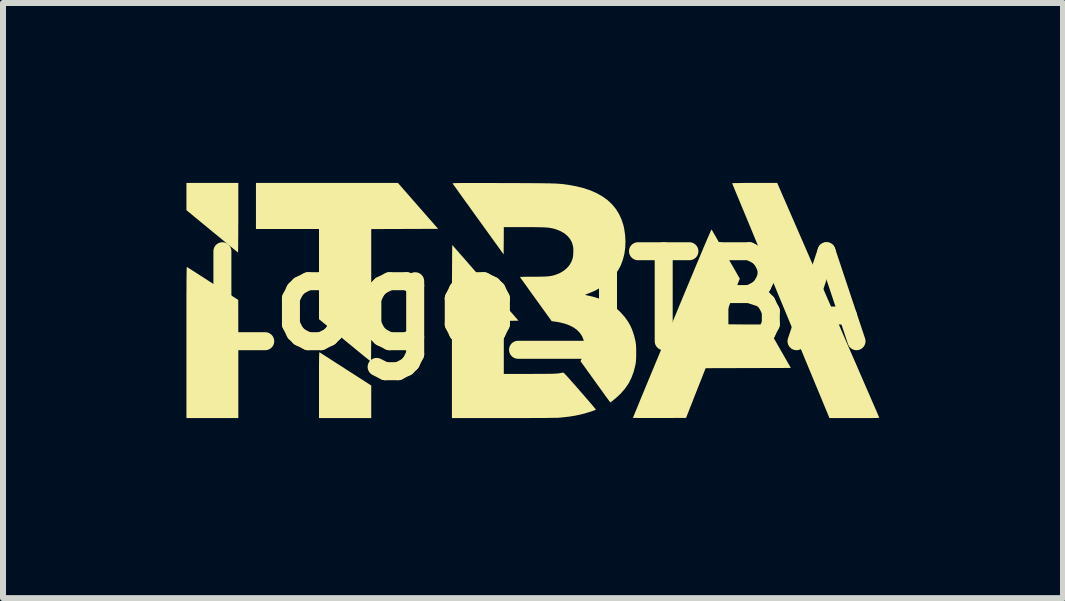
<source format=kicad_pcb>
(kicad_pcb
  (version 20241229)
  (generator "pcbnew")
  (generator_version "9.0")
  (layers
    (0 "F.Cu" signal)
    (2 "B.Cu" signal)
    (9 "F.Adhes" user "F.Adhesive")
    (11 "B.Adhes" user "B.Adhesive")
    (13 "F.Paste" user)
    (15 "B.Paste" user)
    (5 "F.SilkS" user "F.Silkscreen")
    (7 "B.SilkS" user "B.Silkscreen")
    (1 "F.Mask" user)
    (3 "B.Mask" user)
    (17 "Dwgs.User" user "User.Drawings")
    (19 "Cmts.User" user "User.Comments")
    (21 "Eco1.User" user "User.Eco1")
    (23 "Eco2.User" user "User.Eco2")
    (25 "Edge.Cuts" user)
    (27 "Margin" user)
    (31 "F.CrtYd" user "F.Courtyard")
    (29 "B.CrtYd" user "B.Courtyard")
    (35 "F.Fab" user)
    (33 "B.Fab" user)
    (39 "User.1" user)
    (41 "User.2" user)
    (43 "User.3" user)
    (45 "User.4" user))
  (footprint "Logo_ITBA"
    (layer "F.Cu")
    (at 5.836 1.96)
    (property "Reference" "Logo_ITBA" (at 0 0 0) (layer "F.SilkS") (effects (font (size 1.5 1.5) (thickness 0.3))))
    (attr board_only exclude_from_pos_files exclude_from_bom)
    (fp_poly (pts (xy -4.913 -1.381) (xy -4.913 -1.296) (xy -4.914 -1.214) (xy -4.914 -1.138) (xy -4.914 -1.067) (xy -4.915 -1.002) (xy -4.915 -0.945) (xy -4.916 -0.896) (xy -4.916 -0.857) (xy -4.917 -0.827) (xy -4.918 -0.808) (xy -4.918 -0.801) (xy -4.918 -0.801) (xy -4.924 -0.805) (xy -4.939 -0.817) (xy -4.962 -0.836) (xy -4.993 -0.861) (xy -5.03 -0.891) (xy -5.075 -0.927) (xy -5.124 -0.968) (xy -5.179 -1.013) (xy -5.237 -1.061) (xy -5.299 -1.112) (xy -5.351 -1.154) (xy -5.778 -1.506) (xy -5.778 -1.733) (xy -5.778 -1.96) (xy -5.346 -1.96) (xy -4.913 -1.96)) (stroke (width 0) (type solid)) (fill yes) (layer "F.SilkS"))
    (fp_poly (pts (xy -3.554 0.866) (xy -3.537 0.877) (xy -3.512 0.893) (xy -3.478 0.915) (xy -3.436 0.942) (xy -3.388 0.972) (xy -3.335 1.007) (xy -3.276 1.045) (xy -3.213 1.085) (xy -3.147 1.127) (xy -3.125 1.142) (xy -2.697 1.417) (xy -2.697 1.689) (xy -2.697 1.96) (xy -3.133 1.96) (xy -3.568 1.96) (xy -3.568 1.409) (xy -3.568 1.309) (xy -3.568 1.221) (xy -3.568 1.145) (xy -3.568 1.079) (xy -3.567 1.024) (xy -3.567 0.978) (xy -3.566 0.94) (xy -3.565 0.911) (xy -3.564 0.889) (xy -3.563 0.875) (xy -3.562 0.866) (xy -3.561 0.862) (xy -3.56 0.862)) (stroke (width 0) (type solid)) (fill yes) (layer "F.SilkS"))
    (fp_poly (pts (xy -5.763 -0.555) (xy -5.746 -0.544) (xy -5.72 -0.528) (xy -5.686 -0.506) (xy -5.645 -0.48) (xy -5.597 -0.449) (xy -5.543 -0.414) (xy -5.484 -0.377) (xy -5.422 -0.336) (xy -5.356 -0.294) (xy -5.337 -0.282) (xy -4.914 -0.01) (xy -4.913 0.975) (xy -4.913 1.96) (xy -5.346 1.96) (xy -5.778 1.96) (xy -5.778 0.698) (xy -5.778 0.546) (xy -5.778 0.407) (xy -5.778 0.28) (xy -5.778 0.164) (xy -5.778 0.059) (xy -5.778 -0.036) (xy -5.778 -0.121) (xy -5.777 -0.197) (xy -5.777 -0.264) (xy -5.777 -0.323) (xy -5.776 -0.373) (xy -5.776 -0.417) (xy -5.775 -0.453) (xy -5.775 -0.484) (xy -5.774 -0.508) (xy -5.774 -0.527) (xy -5.773 -0.541) (xy -5.772 -0.551) (xy -5.771 -0.557) (xy -5.77 -0.559) (xy -5.769 -0.559)) (stroke (width 0) (type solid)) (fill yes) (layer "F.SilkS"))
    (fp_poly (pts (xy -1.917 -1.577) (xy -1.582 -1.195) (xy -2.139 -1.193) (xy -2.697 -1.191) (xy -2.697 -0.086) (xy -2.697 0.031) (xy -2.697 0.146) (xy -2.697 0.256) (xy -2.697 0.362) (xy -2.698 0.462) (xy -2.698 0.556) (xy -2.698 0.643) (xy -2.698 0.722) (xy -2.699 0.794) (xy -2.699 0.857) (xy -2.7 0.911) (xy -2.7 0.954) (xy -2.701 0.987) (xy -2.701 1.008) (xy -2.702 1.018) (xy -2.702 1.018) (xy -2.707 1.014) (xy -2.722 1.003) (xy -2.745 0.984) (xy -2.776 0.959) (xy -2.814 0.929) (xy -2.858 0.893) (xy -2.908 0.852) (xy -2.963 0.807) (xy -3.021 0.759) (xy -3.084 0.708) (xy -3.137 0.664) (xy -3.568 0.311) (xy -3.568 -0.44) (xy -3.568 -1.192) (xy -4.093 -1.192) (xy -4.619 -1.192) (xy -4.619 -1.576) (xy -4.619 -1.96) (xy -3.435 -1.96) (xy -2.252 -1.96)) (stroke (width 0) (type solid)) (fill yes) (layer "F.SilkS"))
    (fp_poly (pts (xy 4.919 -0.011) (xy 4.985 0.139) (xy 5.049 0.287) (xy 5.112 0.431) (xy 5.173 0.572) (xy 5.232 0.708) (xy 5.289 0.84) (xy 5.344 0.966) (xy 5.397 1.087) (xy 5.446 1.201) (xy 5.493 1.309) (xy 5.537 1.411) (xy 5.578 1.505) (xy 5.616 1.591) (xy 5.649 1.669) (xy 5.679 1.738) (xy 5.706 1.799) (xy 5.728 1.849) (xy 5.745 1.89) (xy 5.758 1.921) (xy 5.767 1.94) (xy 5.77 1.949) (xy 5.77 1.949) (xy 5.77 1.951) (xy 5.769 1.953) (xy 5.764 1.955) (xy 5.756 1.956) (xy 5.744 1.957) (xy 5.726 1.958) (xy 5.701 1.959) (xy 5.67 1.959) (xy 5.63 1.96) (xy 5.582 1.96) (xy 5.523 1.96) (xy 5.453 1.96) (xy 5.372 1.96) (xy 5.358 1.96) (xy 4.942 1.96) (xy 4.132 0.006) (xy 4.069 -0.146) (xy 4.008 -0.294) (xy 3.948 -0.439) (xy 3.889 -0.58) (xy 3.832 -0.716) (xy 3.778 -0.848) (xy 3.725 -0.975) (xy 3.675 -1.096) (xy 3.628 -1.211) (xy 3.583 -1.319) (xy 3.541 -1.42) (xy 3.502 -1.514) (xy 3.466 -1.6) (xy 3.434 -1.678) (xy 3.405 -1.747) (xy 3.38 -1.807) (xy 3.359 -1.858) (xy 3.343 -1.898) (xy 3.33 -1.928) (xy 3.323 -1.947) (xy 3.319 -1.954) (xy 3.319 -1.954) (xy 3.325 -1.956) (xy 3.343 -1.957) (xy 3.372 -1.958) (xy 3.412 -1.958) (xy 3.462 -1.959) (xy 3.521 -1.96) (xy 3.588 -1.96) (xy 3.663 -1.96) (xy 3.694 -1.96) (xy 4.071 -1.96)) (stroke (width 0) (type solid)) (fill yes) (layer "F.SilkS"))
    (fp_poly (pts (xy 2.981 -1.177) (xy 2.991 -1.16) (xy 3.006 -1.133) (xy 3.026 -1.099) (xy 3.051 -1.056) (xy 3.079 -1.007) (xy 3.11 -0.953) (xy 3.145 -0.893) (xy 3.181 -0.83) (xy 3.215 -0.77) (xy 3.447 -0.365) (xy 3.299 0.012) (xy 3.274 0.078) (xy 3.249 0.141) (xy 3.227 0.198) (xy 3.206 0.251) (xy 3.189 0.296) (xy 3.174 0.334) (xy 3.163 0.364) (xy 3.155 0.384) (xy 3.152 0.393) (xy 3.152 0.393) (xy 3.158 0.394) (xy 3.176 0.395) (xy 3.204 0.395) (xy 3.242 0.396) (xy 3.288 0.397) (xy 3.342 0.397) (xy 3.401 0.398) (xy 3.465 0.398) (xy 3.518 0.399) (xy 3.884 0.4) (xy 4.091 0.762) (xy 4.298 1.124) (xy 3.588 1.126) (xy 2.878 1.128) (xy 2.829 1.251) (xy 2.817 1.283) (xy 2.8 1.325) (xy 2.78 1.375) (xy 2.758 1.431) (xy 2.734 1.492) (xy 2.709 1.555) (xy 2.684 1.619) (xy 2.666 1.666) (xy 2.551 1.957) (xy 2.108 1.959) (xy 2.034 1.959) (xy 1.964 1.959) (xy 1.899 1.959) (xy 1.84 1.959) (xy 1.787 1.958) (xy 1.743 1.958) (xy 1.708 1.957) (xy 1.682 1.957) (xy 1.668 1.956) (xy 1.665 1.955) (xy 1.668 1.949) (xy 1.675 1.932) (xy 1.687 1.903) (xy 1.703 1.864) (xy 1.723 1.816) (xy 1.747 1.758) (xy 1.774 1.691) (xy 1.805 1.615) (xy 1.84 1.532) (xy 1.877 1.441) (xy 1.918 1.343) (xy 1.961 1.239) (xy 2.007 1.129) (xy 2.055 1.013) (xy 2.105 0.893) (xy 2.156 0.767) (xy 2.21 0.638) (xy 2.265 0.505) (xy 2.317 0.38) (xy 2.389 0.208) (xy 2.455 0.048) (xy 2.517 -0.101) (xy 2.574 -0.238) (xy 2.627 -0.365) (xy 2.676 -0.482) (xy 2.72 -0.589) (xy 2.761 -0.685) (xy 2.797 -0.772) (xy 2.83 -0.85) (xy 2.859 -0.919) (xy 2.885 -0.979) (xy 2.907 -1.031) (xy 2.926 -1.075) (xy 2.942 -1.111) (xy 2.954 -1.139) (xy 2.964 -1.16) (xy 2.971 -1.174) (xy 2.975 -1.182) (xy 2.976 -1.183)) (stroke (width 0) (type solid)) (fill yes) (layer "F.SilkS"))
    (fp_poly (pts (xy -1.341 -0.92) (xy -1.328 -0.905) (xy -1.308 -0.882) (xy -1.281 -0.851) (xy -1.247 -0.813) (xy -1.208 -0.768) (xy -1.163 -0.717) (xy -1.113 -0.66) (xy -1.059 -0.598) (xy -1.001 -0.531) (xy -0.939 -0.461) (xy -0.875 -0.387) (xy -0.808 -0.31) (xy -0.791 -0.291) (xy -0.242 0.336) (xy -0.365 0.338) (xy -0.487 0.34) (xy -0.487 0.782) (xy -0.487 1.224) (xy -0.059 1.224) (xy 0.031 1.223) (xy 0.109 1.223) (xy 0.177 1.223) (xy 0.235 1.222) (xy 0.284 1.222) (xy 0.326 1.221) (xy 0.361 1.219) (xy 0.39 1.218) (xy 0.416 1.215) (xy 0.437 1.213) (xy 0.456 1.21) (xy 0.474 1.206) (xy 0.492 1.202) (xy 0.494 1.201) (xy 0.498 1.201) (xy 0.503 1.202) (xy 0.508 1.205) (xy 0.516 1.211) (xy 0.527 1.22) (xy 0.54 1.234) (xy 0.558 1.253) (xy 0.58 1.277) (xy 0.607 1.307) (xy 0.64 1.345) (xy 0.68 1.39) (xy 0.727 1.443) (xy 0.781 1.505) (xy 0.828 1.559) (xy 0.872 1.61) (xy 0.913 1.657) (xy 0.95 1.7) (xy 0.982 1.737) (xy 1.008 1.769) (xy 1.028 1.793) (xy 1.042 1.81) (xy 1.047 1.819) (xy 1.047 1.819) (xy 1.04 1.824) (xy 1.022 1.831) (xy 0.995 1.841) (xy 0.963 1.852) (xy 0.926 1.863) (xy 0.888 1.875) (xy 0.849 1.886) (xy 0.813 1.895) (xy 0.782 1.903) (xy 0.694 1.921) (xy 0.6 1.936) (xy 0.502 1.947) (xy 0.429 1.954) (xy 0.409 1.955) (xy 0.377 1.955) (xy 0.333 1.956) (xy 0.278 1.957) (xy 0.212 1.958) (xy 0.137 1.958) (xy 0.053 1.959) (xy -0.041 1.959) (xy -0.142 1.96) (xy -0.25 1.96) (xy -0.366 1.96) (xy -0.488 1.96) (xy -0.508 1.96) (xy -1.352 1.96) (xy -1.352 0.514) (xy -1.352 0.365) (xy -1.352 0.222) (xy -1.351 0.085) (xy -1.351 -0.045) (xy -1.351 -0.169) (xy -1.351 -0.284) (xy -1.351 -0.391) (xy -1.35 -0.49) (xy -1.35 -0.58) (xy -1.349 -0.661) (xy -1.349 -0.732) (xy -1.349 -0.792) (xy -1.348 -0.842) (xy -1.348 -0.88) (xy -1.347 -0.907) (xy -1.346 -0.922) (xy -1.346 -0.925)) (stroke (width 0) (type solid)) (fill yes) (layer "F.SilkS"))
    (fp_poly (pts (xy -0.934 -1.959) (xy -0.848 -1.959) (xy -0.751 -1.959) (xy -0.643 -1.959) (xy -0.523 -1.958) (xy -0.495 -1.958) (xy -0.37 -1.958) (xy -0.257 -1.958) (xy -0.156 -1.957) (xy -0.064 -1.957) (xy 0.017 -1.956) (xy 0.09 -1.956) (xy 0.154 -1.955) (xy 0.211 -1.954) (xy 0.261 -1.954) (xy 0.305 -1.952) (xy 0.344 -1.951) (xy 0.378 -1.95) (xy 0.409 -1.948) (xy 0.437 -1.946) (xy 0.463 -1.944) (xy 0.487 -1.942) (xy 0.511 -1.939) (xy 0.535 -1.936) (xy 0.56 -1.932) (xy 0.586 -1.929) (xy 0.722 -1.904) (xy 0.847 -1.873) (xy 0.962 -1.834) (xy 1.067 -1.787) (xy 1.161 -1.733) (xy 1.245 -1.672) (xy 1.318 -1.603) (xy 1.381 -1.527) (xy 1.433 -1.443) (xy 1.475 -1.352) (xy 1.507 -1.254) (xy 1.518 -1.206) (xy 1.535 -1.096) (xy 1.541 -0.987) (xy 1.537 -0.881) (xy 1.523 -0.778) (xy 1.498 -0.681) (xy 1.464 -0.589) (xy 1.426 -0.516) (xy 1.37 -0.433) (xy 1.303 -0.357) (xy 1.226 -0.287) (xy 1.141 -0.225) (xy 1.047 -0.171) (xy 0.947 -0.127) (xy 0.932 -0.121) (xy 0.907 -0.112) (xy 0.886 -0.103) (xy 0.872 -0.097) (xy 0.869 -0.096) (xy 0.873 -0.093) (xy 0.887 -0.089) (xy 0.908 -0.084) (xy 0.927 -0.08) (xy 0.974 -0.07) (xy 1.027 -0.056) (xy 1.082 -0.039) (xy 1.135 -0.02) (xy 1.182 -0.001) (xy 1.208 0.011) (xy 1.297 0.063) (xy 1.381 0.124) (xy 1.458 0.195) (xy 1.527 0.272) (xy 1.586 0.355) (xy 1.624 0.423) (xy 1.646 0.472) (xy 1.668 0.53) (xy 1.687 0.592) (xy 1.702 0.653) (xy 1.705 0.668) (xy 1.711 0.695) (xy 1.714 0.721) (xy 1.717 0.747) (xy 1.719 0.777) (xy 1.72 0.813) (xy 1.72 0.859) (xy 1.72 0.874) (xy 1.72 0.924) (xy 1.719 0.963) (xy 1.717 0.995) (xy 1.715 1.023) (xy 1.711 1.049) (xy 1.706 1.076) (xy 1.705 1.081) (xy 1.678 1.188) (xy 1.641 1.287) (xy 1.595 1.379) (xy 1.537 1.464) (xy 1.468 1.545) (xy 1.468 1.545) (xy 1.447 1.566) (xy 1.423 1.589) (xy 1.396 1.613) (xy 1.368 1.637) (xy 1.342 1.658) (xy 1.319 1.677) (xy 1.301 1.69) (xy 1.289 1.697) (xy 1.287 1.697) (xy 1.283 1.692) (xy 1.272 1.677) (xy 1.255 1.654) (xy 1.232 1.623) (xy 1.204 1.585) (xy 1.172 1.54) (xy 1.137 1.491) (xy 1.098 1.437) (xy 1.056 1.379) (xy 1.038 1.354) (xy 0.791 1.01) (xy 0.814 0.964) (xy 0.832 0.924) (xy 0.844 0.884) (xy 0.852 0.842) (xy 0.856 0.791) (xy 0.856 0.791) (xy 0.855 0.72) (xy 0.842 0.655) (xy 0.818 0.595) (xy 0.782 0.541) (xy 0.736 0.493) (xy 0.679 0.451) (xy 0.612 0.416) (xy 0.535 0.387) (xy 0.447 0.365) (xy 0.385 0.354) (xy 0.311 0.344) (xy 0.048 -0.021) (xy 0.004 -0.082) (xy -0.037 -0.139) (xy -0.076 -0.193) (xy -0.111 -0.243) (xy -0.142 -0.286) (xy -0.169 -0.323) (xy -0.19 -0.353) (xy -0.206 -0.375) (xy -0.215 -0.388) (xy -0.217 -0.392) (xy -0.211 -0.393) (xy -0.194 -0.394) (xy -0.167 -0.395) (xy -0.131 -0.396) (xy -0.087 -0.397) (xy -0.038 -0.397) (xy 0.005 -0.397) (xy 0.074 -0.397) (xy 0.132 -0.398) (xy 0.18 -0.399) (xy 0.22 -0.401) (xy 0.255 -0.404) (xy 0.284 -0.407) (xy 0.312 -0.412) (xy 0.338 -0.418) (xy 0.364 -0.426) (xy 0.378 -0.43) (xy 0.448 -0.458) (xy 0.51 -0.495) (xy 0.563 -0.538) (xy 0.607 -0.589) (xy 0.64 -0.646) (xy 0.662 -0.707) (xy 0.663 -0.712) (xy 0.668 -0.745) (xy 0.671 -0.787) (xy 0.672 -0.831) (xy 0.671 -0.873) (xy 0.666 -0.908) (xy 0.666 -0.911) (xy 0.647 -0.972) (xy 0.616 -1.027) (xy 0.575 -1.076) (xy 0.524 -1.119) (xy 0.462 -1.155) (xy 0.391 -1.184) (xy 0.381 -1.187) (xy 0.356 -1.195) (xy 0.332 -1.201) (xy 0.307 -1.206) (xy 0.281 -1.211) (xy 0.253 -1.215) (xy 0.22 -1.217) (xy 0.182 -1.22) (xy 0.137 -1.221) (xy 0.085 -1.222) (xy 0.024 -1.223) (xy -0.047 -1.223) (xy -0.13 -1.224) (xy -0.146 -1.224) (xy -0.487 -1.224) (xy -0.488 -0.996) (xy -0.49 -0.769) (xy -0.913 -1.356) (xy -0.969 -1.433) (xy -1.022 -1.507) (xy -1.073 -1.579) (xy -1.122 -1.645) (xy -1.166 -1.707) (xy -1.207 -1.764) (xy -1.243 -1.815) (xy -1.274 -1.858) (xy -1.3 -1.894) (xy -1.32 -1.922) (xy -1.334 -1.941) (xy -1.34 -1.951) (xy -1.341 -1.952) (xy -1.341 -1.953) (xy -1.337 -1.954) (xy -1.33 -1.955) (xy -1.319 -1.956) (xy -1.304 -1.957) (xy -1.282 -1.958) (xy -1.255 -1.958) (xy -1.222 -1.959) (xy -1.181 -1.959) (xy -1.132 -1.959) (xy -1.075 -1.959) (xy -1.009 -1.959)) (stroke (width 0) (type solid)) (fill yes) (layer "F.SilkS")))
  (gr_rect
    (start -3 -3)
    (end 14.671 6.921)
    (stroke (width 0.1) (type default))
    (fill no)
    (layer "Edge.Cuts")))
</source>
